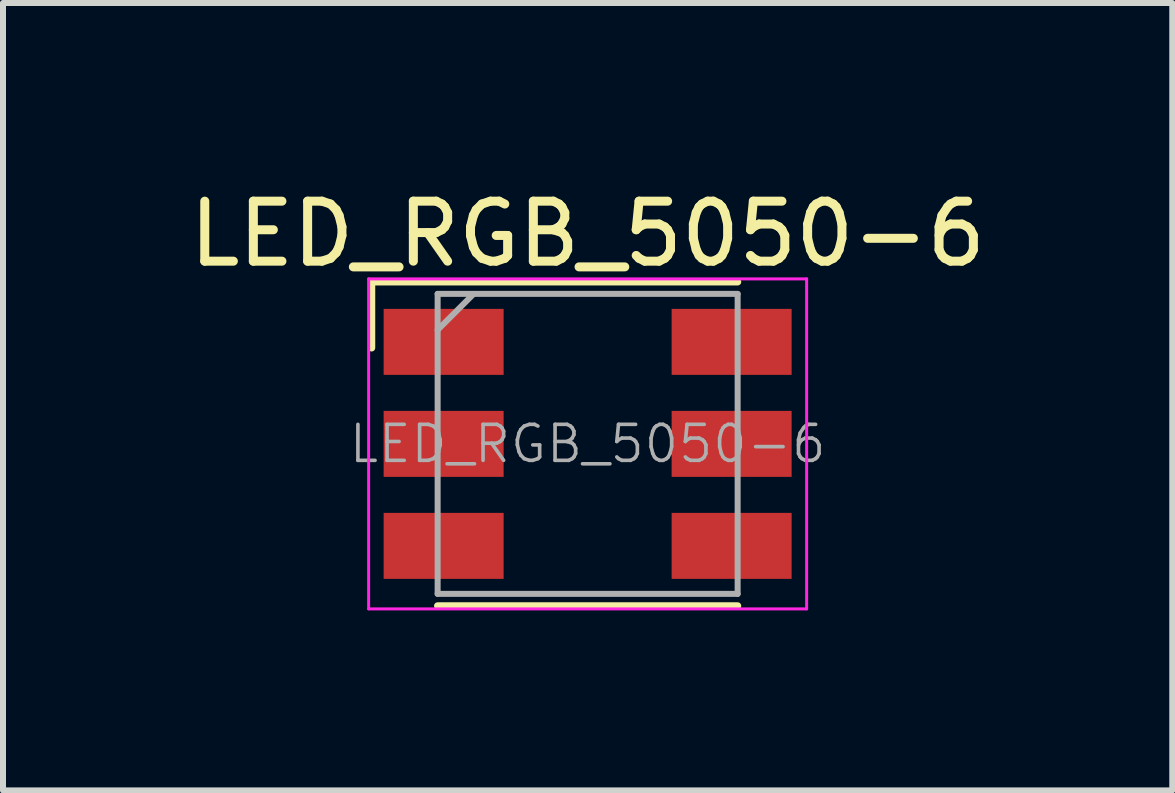
<source format=kicad_pcb>
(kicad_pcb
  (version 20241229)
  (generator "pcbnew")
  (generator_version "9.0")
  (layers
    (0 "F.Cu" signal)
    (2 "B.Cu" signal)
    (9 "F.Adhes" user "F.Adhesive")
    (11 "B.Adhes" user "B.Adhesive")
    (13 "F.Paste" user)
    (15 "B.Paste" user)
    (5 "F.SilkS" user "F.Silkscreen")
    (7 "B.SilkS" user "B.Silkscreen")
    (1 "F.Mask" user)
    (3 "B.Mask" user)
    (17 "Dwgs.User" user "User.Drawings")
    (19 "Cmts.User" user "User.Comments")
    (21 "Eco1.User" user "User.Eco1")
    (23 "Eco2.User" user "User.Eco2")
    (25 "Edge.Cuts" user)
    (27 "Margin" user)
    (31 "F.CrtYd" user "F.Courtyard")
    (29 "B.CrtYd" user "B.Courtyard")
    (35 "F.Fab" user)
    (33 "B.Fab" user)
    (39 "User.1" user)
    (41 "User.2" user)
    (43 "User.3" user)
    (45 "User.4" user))
  (footprint "LED_RGB_5050-6"
    (layer "F.Cu")
    (at 6.744 4.348)
    (property "Reference" "LED_RGB_5050-6" (at 0 -3.5 180) (layer "F.SilkS") (effects (font (size 1 1) (thickness 0.15))))
    (attr smd)
    (fp_line (start -3.6 -2.7) (end 2.5 -2.7) (stroke (width 0.12) (type solid)) (layer "F.SilkS"))
    (fp_line (start -3.6 -1.6) (end -3.6 -2.7) (stroke (width 0.12) (type solid)) (layer "F.SilkS"))
    (fp_line (start 2.5 2.7) (end -2.5 2.7) (stroke (width 0.12) (type solid)) (layer "F.SilkS"))
    (fp_line (start -3.65 -2.75) (end -3.65 2.75) (stroke (width 0.05) (type solid)) (layer "F.CrtYd"))
    (fp_line (start -3.65 2.75) (end 3.65 2.75) (stroke (width 0.05) (type solid)) (layer "F.CrtYd"))
    (fp_line (start 3.65 -2.75) (end -3.65 -2.75) (stroke (width 0.05) (type solid)) (layer "F.CrtYd"))
    (fp_line (start 3.65 2.75) (end 3.65 -2.75) (stroke (width 0.05) (type solid)) (layer "F.CrtYd"))
    (fp_line (start -2.5 -2.5) (end -2.5 2.5) (stroke (width 0.1) (type solid)) (layer "F.Fab"))
    (fp_line (start -2.5 -1.9) (end -1.9 -2.5) (stroke (width 0.1) (type solid)) (layer "F.Fab"))
    (fp_line (start -2.5 2.5) (end 2.5 2.5) (stroke (width 0.1) (type solid)) (layer "F.Fab"))
    (fp_line (start 2.5 -2.5) (end -2.5 -2.5) (stroke (width 0.1) (type solid)) (layer "F.Fab"))
    (fp_line (start 2.5 2.5) (end 2.5 -2.5) (stroke (width 0.1) (type solid)) (layer "F.Fab"))
    (fp_text user "${REFERENCE}" (at 0 0 0) (layer "F.Fab") (effects (font (size 0.6 0.6) (thickness 0.06))))
    (pad "1" smd rect (at -2.4 -1.7 90) (size 1.1 2) (layers "F.Cu" "F.Mask" "F.Paste"))
    (pad "2" smd rect (at -2.4 0 90) (size 1.1 2) (layers "F.Cu" "F.Mask" "F.Paste"))
    (pad "3" smd rect (at -2.4 1.7 90) (size 1.1 2) (layers "F.Cu" "F.Mask" "F.Paste"))
    (pad "4" smd rect (at 2.4 1.7 90) (size 1.1 2) (layers "F.Cu" "F.Mask" "F.Paste"))
    (pad "5" smd rect (at 2.4 0 90) (size 1.1 2) (layers "F.Cu" "F.Mask" "F.Paste"))
    (pad "6" smd rect (at 2.4 -1.7 90) (size 1.1 2) (layers "F.Cu" "F.Mask" "F.Paste")))
  (gr_rect
    (start -3 -3)
    (end 16.488 10.123)
    (stroke (width 0.1) (type default))
    (fill no)
    (layer "Edge.Cuts")))
</source>
